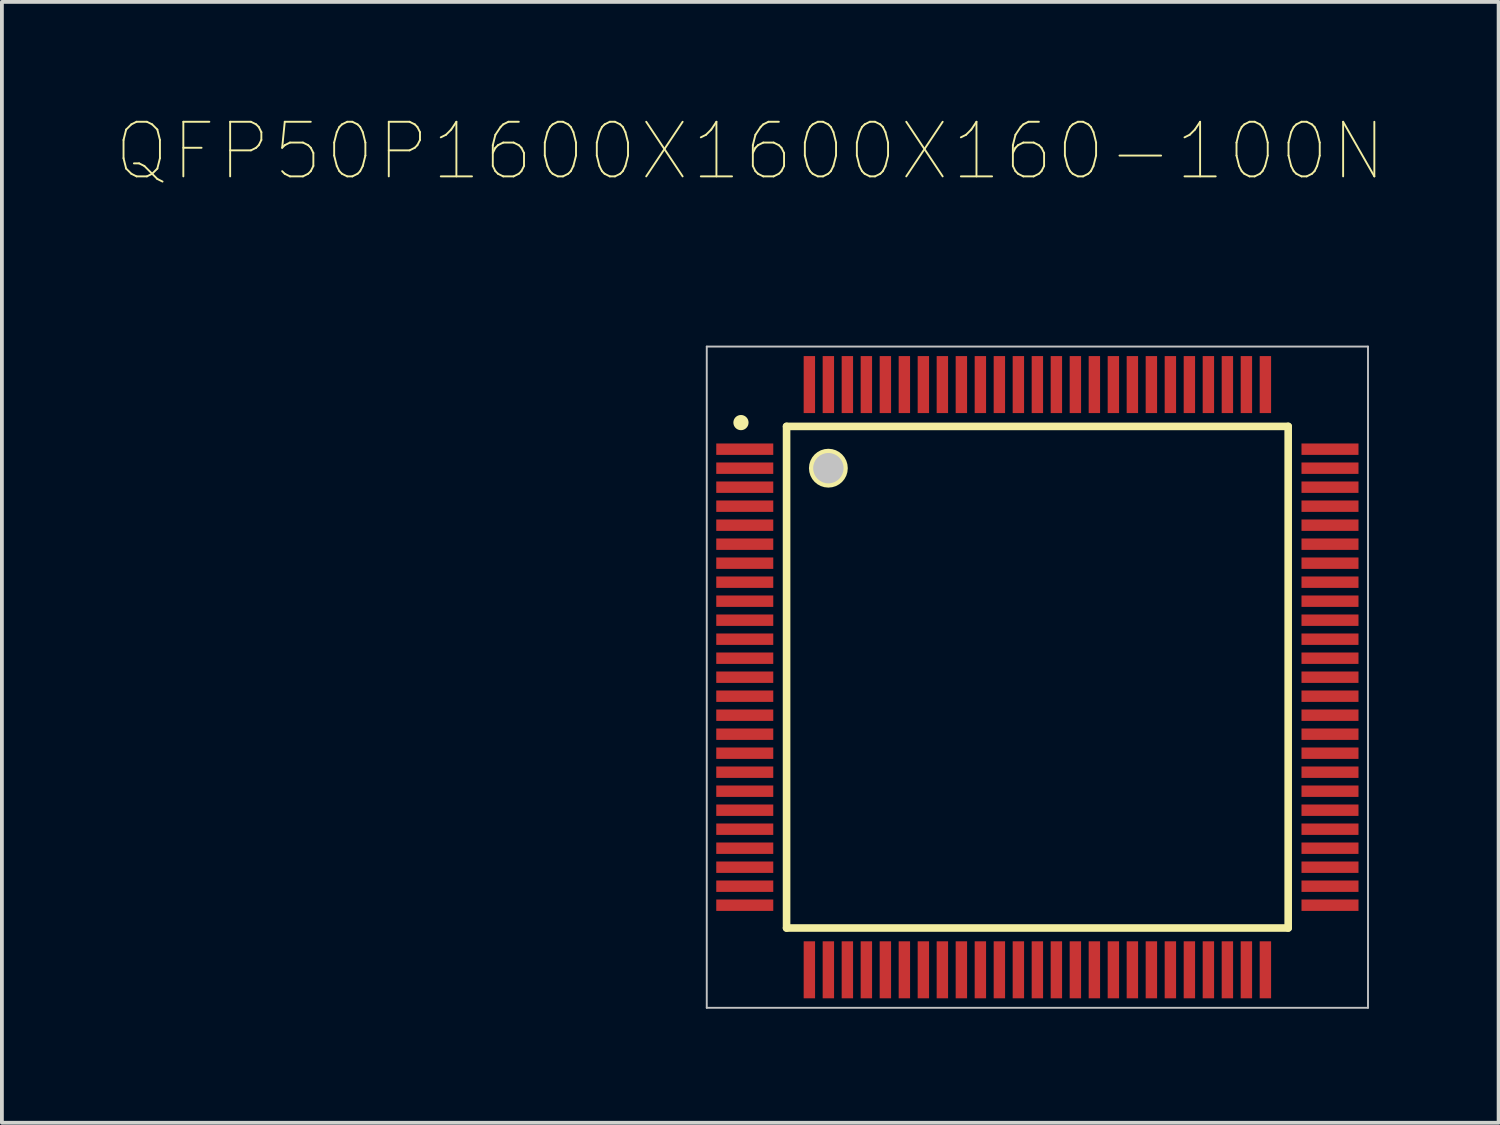
<source format=kicad_pcb>
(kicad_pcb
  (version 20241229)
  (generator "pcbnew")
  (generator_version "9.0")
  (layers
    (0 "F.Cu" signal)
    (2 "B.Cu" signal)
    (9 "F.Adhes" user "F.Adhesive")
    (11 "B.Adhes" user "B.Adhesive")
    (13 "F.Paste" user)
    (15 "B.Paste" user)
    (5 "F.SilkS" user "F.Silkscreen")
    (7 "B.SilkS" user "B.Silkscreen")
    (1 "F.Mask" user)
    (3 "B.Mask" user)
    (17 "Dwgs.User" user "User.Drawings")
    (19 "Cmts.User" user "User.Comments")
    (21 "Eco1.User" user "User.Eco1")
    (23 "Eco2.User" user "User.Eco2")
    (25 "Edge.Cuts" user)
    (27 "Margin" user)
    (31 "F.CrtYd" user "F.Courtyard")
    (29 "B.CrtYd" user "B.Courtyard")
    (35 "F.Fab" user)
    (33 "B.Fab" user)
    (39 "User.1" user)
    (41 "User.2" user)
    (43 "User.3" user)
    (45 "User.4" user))
  (footprint "QFP50P1600X1600X160-100N"
    (layer "F.Cu")
    (at 24.248 14.77)
    (property "Reference" "QFP50P1600X1600X160-100N" (at -7.556 -13.841 0) (layer "F.SilkS") (effects (font (size 1.437 1.437) (thickness 0.05))))
    (attr smd)
    (fp_line (start -6.6 -6.6) (end 6.6 -6.6) (stroke (width 0.2) (type solid)) (layer "F.SilkS"))
    (fp_line (start -6.6 6.6) (end -6.6 -6.6) (stroke (width 0.2) (type solid)) (layer "F.SilkS"))
    (fp_line (start 6.6 -6.6) (end 6.6 6.6) (stroke (width 0.2) (type solid)) (layer "F.SilkS"))
    (fp_line (start 6.6 6.6) (end -6.6 6.6) (stroke (width 0.2) (type solid)) (layer "F.SilkS"))
    (fp_circle (center -7.8 -6.7) (end -7.6 -6.7) (stroke (width 0) (type solid)) (fill yes) (layer "F.SilkS"))
    (fp_circle (center -5.5 -5.5) (end -5.359 -5.5) (stroke (width 0.3) (type solid)) (fill no) (layer "F.SilkS"))
    (fp_circle (center -5.5 -5.5) (end -5.139 -5.5) (stroke (width 0.3) (type solid)) (fill no) (layer "F.SilkS"))
    (fp_line (start -8.7 -8.7) (end 8.7 -8.7) (stroke (width 0.05) (type solid)) (layer "Dwgs.User"))
    (fp_line (start -8.7 8.7) (end -8.7 -8.7) (stroke (width 0.05) (type solid)) (layer "Dwgs.User"))
    (fp_line (start 8.7 -8.7) (end 8.7 8.7) (stroke (width 0.05) (type solid)) (layer "Dwgs.User"))
    (fp_line (start 8.7 8.7) (end -8.7 8.7) (stroke (width 0.05) (type solid)) (layer "Dwgs.User"))
    (fp_circle (center -5.5 -5.5) (end -5.1 -5.5) (stroke (width 0) (type solid)) (fill yes) (layer "Dwgs.User"))
    (pad "1" smd rect (at -7.7 -6) (size 1.5 0.3) (layers "F.Cu" "F.Mask" "F.Paste"))
    (pad "2" smd rect (at -7.7 -5.5) (size 1.5 0.3) (layers "F.Cu" "F.Mask" "F.Paste"))
    (pad "3" smd rect (at -7.7 -5) (size 1.5 0.3) (layers "F.Cu" "F.Mask" "F.Paste"))
    (pad "4" smd rect (at -7.7 -4.5) (size 1.5 0.3) (layers "F.Cu" "F.Mask" "F.Paste"))
    (pad "5" smd rect (at -7.7 -4) (size 1.5 0.3) (layers "F.Cu" "F.Mask" "F.Paste"))
    (pad "6" smd rect (at -7.7 -3.5) (size 1.5 0.3) (layers "F.Cu" "F.Mask" "F.Paste"))
    (pad "7" smd rect (at -7.7 -3) (size 1.5 0.3) (layers "F.Cu" "F.Mask" "F.Paste"))
    (pad "8" smd rect (at -7.7 -2.5) (size 1.5 0.3) (layers "F.Cu" "F.Mask" "F.Paste"))
    (pad "9" smd rect (at -7.7 -2) (size 1.5 0.3) (layers "F.Cu" "F.Mask" "F.Paste"))
    (pad "10" smd rect (at -7.7 -1.5) (size 1.5 0.3) (layers "F.Cu" "F.Mask" "F.Paste"))
    (pad "11" smd rect (at -7.7 -1) (size 1.5 0.3) (layers "F.Cu" "F.Mask" "F.Paste"))
    (pad "12" smd rect (at -7.7 -0.5) (size 1.5 0.3) (layers "F.Cu" "F.Mask" "F.Paste"))
    (pad "13" smd rect (at -7.7 0) (size 1.5 0.3) (layers "F.Cu" "F.Mask" "F.Paste"))
    (pad "14" smd rect (at -7.7 0.5) (size 1.5 0.3) (layers "F.Cu" "F.Mask" "F.Paste"))
    (pad "15" smd rect (at -7.7 1) (size 1.5 0.3) (layers "F.Cu" "F.Mask" "F.Paste"))
    (pad "16" smd rect (at -7.7 1.5) (size 1.5 0.3) (layers "F.Cu" "F.Mask" "F.Paste"))
    (pad "17" smd rect (at -7.7 2) (size 1.5 0.3) (layers "F.Cu" "F.Mask" "F.Paste"))
    (pad "18" smd rect (at -7.7 2.5) (size 1.5 0.3) (layers "F.Cu" "F.Mask" "F.Paste"))
    (pad "19" smd rect (at -7.7 3) (size 1.5 0.3) (layers "F.Cu" "F.Mask" "F.Paste"))
    (pad "20" smd rect (at -7.7 3.5) (size 1.5 0.3) (layers "F.Cu" "F.Mask" "F.Paste"))
    (pad "21" smd rect (at -7.7 4) (size 1.5 0.3) (layers "F.Cu" "F.Mask" "F.Paste"))
    (pad "22" smd rect (at -7.7 4.5) (size 1.5 0.3) (layers "F.Cu" "F.Mask" "F.Paste"))
    (pad "23" smd rect (at -7.7 5) (size 1.5 0.3) (layers "F.Cu" "F.Mask" "F.Paste"))
    (pad "24" smd rect (at -7.7 5.5) (size 1.5 0.3) (layers "F.Cu" "F.Mask" "F.Paste"))
    (pad "25" smd rect (at -7.7 6) (size 1.5 0.3) (layers "F.Cu" "F.Mask" "F.Paste"))
    (pad "26" smd rect (at -6 7.7 90) (size 1.5 0.3) (layers "F.Cu" "F.Mask" "F.Paste"))
    (pad "27" smd rect (at -5.5 7.7 90) (size 1.5 0.3) (layers "F.Cu" "F.Mask" "F.Paste"))
    (pad "28" smd rect (at -5 7.7 90) (size 1.5 0.3) (layers "F.Cu" "F.Mask" "F.Paste"))
    (pad "29" smd rect (at -4.5 7.7 90) (size 1.5 0.3) (layers "F.Cu" "F.Mask" "F.Paste"))
    (pad "30" smd rect (at -4 7.7 90) (size 1.5 0.3) (layers "F.Cu" "F.Mask" "F.Paste"))
    (pad "31" smd rect (at -3.5 7.7 90) (size 1.5 0.3) (layers "F.Cu" "F.Mask" "F.Paste"))
    (pad "32" smd rect (at -3 7.7 90) (size 1.5 0.3) (layers "F.Cu" "F.Mask" "F.Paste"))
    (pad "33" smd rect (at -2.5 7.7 90) (size 1.5 0.3) (layers "F.Cu" "F.Mask" "F.Paste"))
    (pad "34" smd rect (at -2 7.7 90) (size 1.5 0.3) (layers "F.Cu" "F.Mask" "F.Paste"))
    (pad "35" smd rect (at -1.5 7.7 90) (size 1.5 0.3) (layers "F.Cu" "F.Mask" "F.Paste"))
    (pad "36" smd rect (at -1 7.7 90) (size 1.5 0.3) (layers "F.Cu" "F.Mask" "F.Paste"))
    (pad "37" smd rect (at -0.5 7.7 90) (size 1.5 0.3) (layers "F.Cu" "F.Mask" "F.Paste"))
    (pad "38" smd rect (at 0 7.7 90) (size 1.5 0.3) (layers "F.Cu" "F.Mask" "F.Paste"))
    (pad "39" smd rect (at 0.5 7.7 90) (size 1.5 0.3) (layers "F.Cu" "F.Mask" "F.Paste"))
    (pad "40" smd rect (at 1 7.7 90) (size 1.5 0.3) (layers "F.Cu" "F.Mask" "F.Paste"))
    (pad "41" smd rect (at 1.5 7.7 90) (size 1.5 0.3) (layers "F.Cu" "F.Mask" "F.Paste"))
    (pad "42" smd rect (at 2 7.7 90) (size 1.5 0.3) (layers "F.Cu" "F.Mask" "F.Paste"))
    (pad "43" smd rect (at 2.5 7.7 90) (size 1.5 0.3) (layers "F.Cu" "F.Mask" "F.Paste"))
    (pad "44" smd rect (at 3 7.7 90) (size 1.5 0.3) (layers "F.Cu" "F.Mask" "F.Paste"))
    (pad "45" smd rect (at 3.5 7.7 90) (size 1.5 0.3) (layers "F.Cu" "F.Mask" "F.Paste"))
    (pad "46" smd rect (at 4 7.7 90) (size 1.5 0.3) (layers "F.Cu" "F.Mask" "F.Paste"))
    (pad "47" smd rect (at 4.5 7.7 90) (size 1.5 0.3) (layers "F.Cu" "F.Mask" "F.Paste"))
    (pad "48" smd rect (at 5 7.7 90) (size 1.5 0.3) (layers "F.Cu" "F.Mask" "F.Paste"))
    (pad "49" smd rect (at 5.5 7.7 90) (size 1.5 0.3) (layers "F.Cu" "F.Mask" "F.Paste"))
    (pad "50" smd rect (at 6 7.7 90) (size 1.5 0.3) (layers "F.Cu" "F.Mask" "F.Paste"))
    (pad "51" smd rect (at 7.7 6 180) (size 1.5 0.3) (layers "F.Cu" "F.Mask" "F.Paste"))
    (pad "52" smd rect (at 7.7 5.5 180) (size 1.5 0.3) (layers "F.Cu" "F.Mask" "F.Paste"))
    (pad "53" smd rect (at 7.7 5 180) (size 1.5 0.3) (layers "F.Cu" "F.Mask" "F.Paste"))
    (pad "54" smd rect (at 7.7 4.5 180) (size 1.5 0.3) (layers "F.Cu" "F.Mask" "F.Paste"))
    (pad "55" smd rect (at 7.7 4 180) (size 1.5 0.3) (layers "F.Cu" "F.Mask" "F.Paste"))
    (pad "56" smd rect (at 7.7 3.5 180) (size 1.5 0.3) (layers "F.Cu" "F.Mask" "F.Paste"))
    (pad "57" smd rect (at 7.7 3 180) (size 1.5 0.3) (layers "F.Cu" "F.Mask" "F.Paste"))
    (pad "58" smd rect (at 7.7 2.5 180) (size 1.5 0.3) (layers "F.Cu" "F.Mask" "F.Paste"))
    (pad "59" smd rect (at 7.7 2 180) (size 1.5 0.3) (layers "F.Cu" "F.Mask" "F.Paste"))
    (pad "60" smd rect (at 7.7 1.5 180) (size 1.5 0.3) (layers "F.Cu" "F.Mask" "F.Paste"))
    (pad "61" smd rect (at 7.7 1 180) (size 1.5 0.3) (layers "F.Cu" "F.Mask" "F.Paste"))
    (pad "62" smd rect (at 7.7 0.5 180) (size 1.5 0.3) (layers "F.Cu" "F.Mask" "F.Paste"))
    (pad "63" smd rect (at 7.7 0 180) (size 1.5 0.3) (layers "F.Cu" "F.Mask" "F.Paste"))
    (pad "64" smd rect (at 7.7 -0.5 180) (size 1.5 0.3) (layers "F.Cu" "F.Mask" "F.Paste"))
    (pad "65" smd rect (at 7.7 -1 180) (size 1.5 0.3) (layers "F.Cu" "F.Mask" "F.Paste"))
    (pad "66" smd rect (at 7.7 -1.5 180) (size 1.5 0.3) (layers "F.Cu" "F.Mask" "F.Paste"))
    (pad "67" smd rect (at 7.7 -2 180) (size 1.5 0.3) (layers "F.Cu" "F.Mask" "F.Paste"))
    (pad "68" smd rect (at 7.7 -2.5 180) (size 1.5 0.3) (layers "F.Cu" "F.Mask" "F.Paste"))
    (pad "69" smd rect (at 7.7 -3 180) (size 1.5 0.3) (layers "F.Cu" "F.Mask" "F.Paste"))
    (pad "70" smd rect (at 7.7 -3.5 180) (size 1.5 0.3) (layers "F.Cu" "F.Mask" "F.Paste"))
    (pad "71" smd rect (at 7.7 -4 180) (size 1.5 0.3) (layers "F.Cu" "F.Mask" "F.Paste"))
    (pad "72" smd rect (at 7.7 -4.5 180) (size 1.5 0.3) (layers "F.Cu" "F.Mask" "F.Paste"))
    (pad "73" smd rect (at 7.7 -5 180) (size 1.5 0.3) (layers "F.Cu" "F.Mask" "F.Paste"))
    (pad "74" smd rect (at 7.7 -5.5 180) (size 1.5 0.3) (layers "F.Cu" "F.Mask" "F.Paste"))
    (pad "75" smd rect (at 7.7 -6 180) (size 1.5 0.3) (layers "F.Cu" "F.Mask" "F.Paste"))
    (pad "76" smd rect (at 6 -7.7 270) (size 1.5 0.3) (layers "F.Cu" "F.Mask" "F.Paste"))
    (pad "77" smd rect (at 5.5 -7.7 270) (size 1.5 0.3) (layers "F.Cu" "F.Mask" "F.Paste"))
    (pad "78" smd rect (at 5 -7.7 270) (size 1.5 0.3) (layers "F.Cu" "F.Mask" "F.Paste"))
    (pad "79" smd rect (at 4.5 -7.7 270) (size 1.5 0.3) (layers "F.Cu" "F.Mask" "F.Paste"))
    (pad "80" smd rect (at 4 -7.7 270) (size 1.5 0.3) (layers "F.Cu" "F.Mask" "F.Paste"))
    (pad "81" smd rect (at 3.5 -7.7 270) (size 1.5 0.3) (layers "F.Cu" "F.Mask" "F.Paste"))
    (pad "82" smd rect (at 3 -7.7 270) (size 1.5 0.3) (layers "F.Cu" "F.Mask" "F.Paste"))
    (pad "83" smd rect (at 2.5 -7.7 270) (size 1.5 0.3) (layers "F.Cu" "F.Mask" "F.Paste"))
    (pad "84" smd rect (at 2 -7.7 270) (size 1.5 0.3) (layers "F.Cu" "F.Mask" "F.Paste"))
    (pad "85" smd rect (at 1.5 -7.7 270) (size 1.5 0.3) (layers "F.Cu" "F.Mask" "F.Paste"))
    (pad "86" smd rect (at 1 -7.7 270) (size 1.5 0.3) (layers "F.Cu" "F.Mask" "F.Paste"))
    (pad "87" smd rect (at 0.5 -7.7 270) (size 1.5 0.3) (layers "F.Cu" "F.Mask" "F.Paste"))
    (pad "88" smd rect (at 0 -7.7 270) (size 1.5 0.3) (layers "F.Cu" "F.Mask" "F.Paste"))
    (pad "89" smd rect (at -0.5 -7.7 270) (size 1.5 0.3) (layers "F.Cu" "F.Mask" "F.Paste"))
    (pad "90" smd rect (at -1 -7.7 270) (size 1.5 0.3) (layers "F.Cu" "F.Mask" "F.Paste"))
    (pad "91" smd rect (at -1.5 -7.7 270) (size 1.5 0.3) (layers "F.Cu" "F.Mask" "F.Paste"))
    (pad "92" smd rect (at -2 -7.7 270) (size 1.5 0.3) (layers "F.Cu" "F.Mask" "F.Paste"))
    (pad "93" smd rect (at -2.5 -7.7 270) (size 1.5 0.3) (layers "F.Cu" "F.Mask" "F.Paste"))
    (pad "94" smd rect (at -3 -7.7 270) (size 1.5 0.3) (layers "F.Cu" "F.Mask" "F.Paste"))
    (pad "95" smd rect (at -3.5 -7.7 270) (size 1.5 0.3) (layers "F.Cu" "F.Mask" "F.Paste"))
    (pad "96" smd rect (at -4 -7.7 270) (size 1.5 0.3) (layers "F.Cu" "F.Mask" "F.Paste"))
    (pad "97" smd rect (at -4.5 -7.7 270) (size 1.5 0.3) (layers "F.Cu" "F.Mask" "F.Paste"))
    (pad "98" smd rect (at -5 -7.7 270) (size 1.5 0.3) (layers "F.Cu" "F.Mask" "F.Paste"))
    (pad "99" smd rect (at -5.5 -7.7 270) (size 1.5 0.3) (layers "F.Cu" "F.Mask" "F.Paste"))
    (pad "100" smd rect (at -6 -7.7 270) (size 1.5 0.3) (layers "F.Cu" "F.Mask" "F.Paste")))
  (gr_rect
    (start -3 -3)
    (end 36.385 26.495)
    (stroke (width 0.1) (type default))
    (fill no)
    (layer "Edge.Cuts")))
</source>
